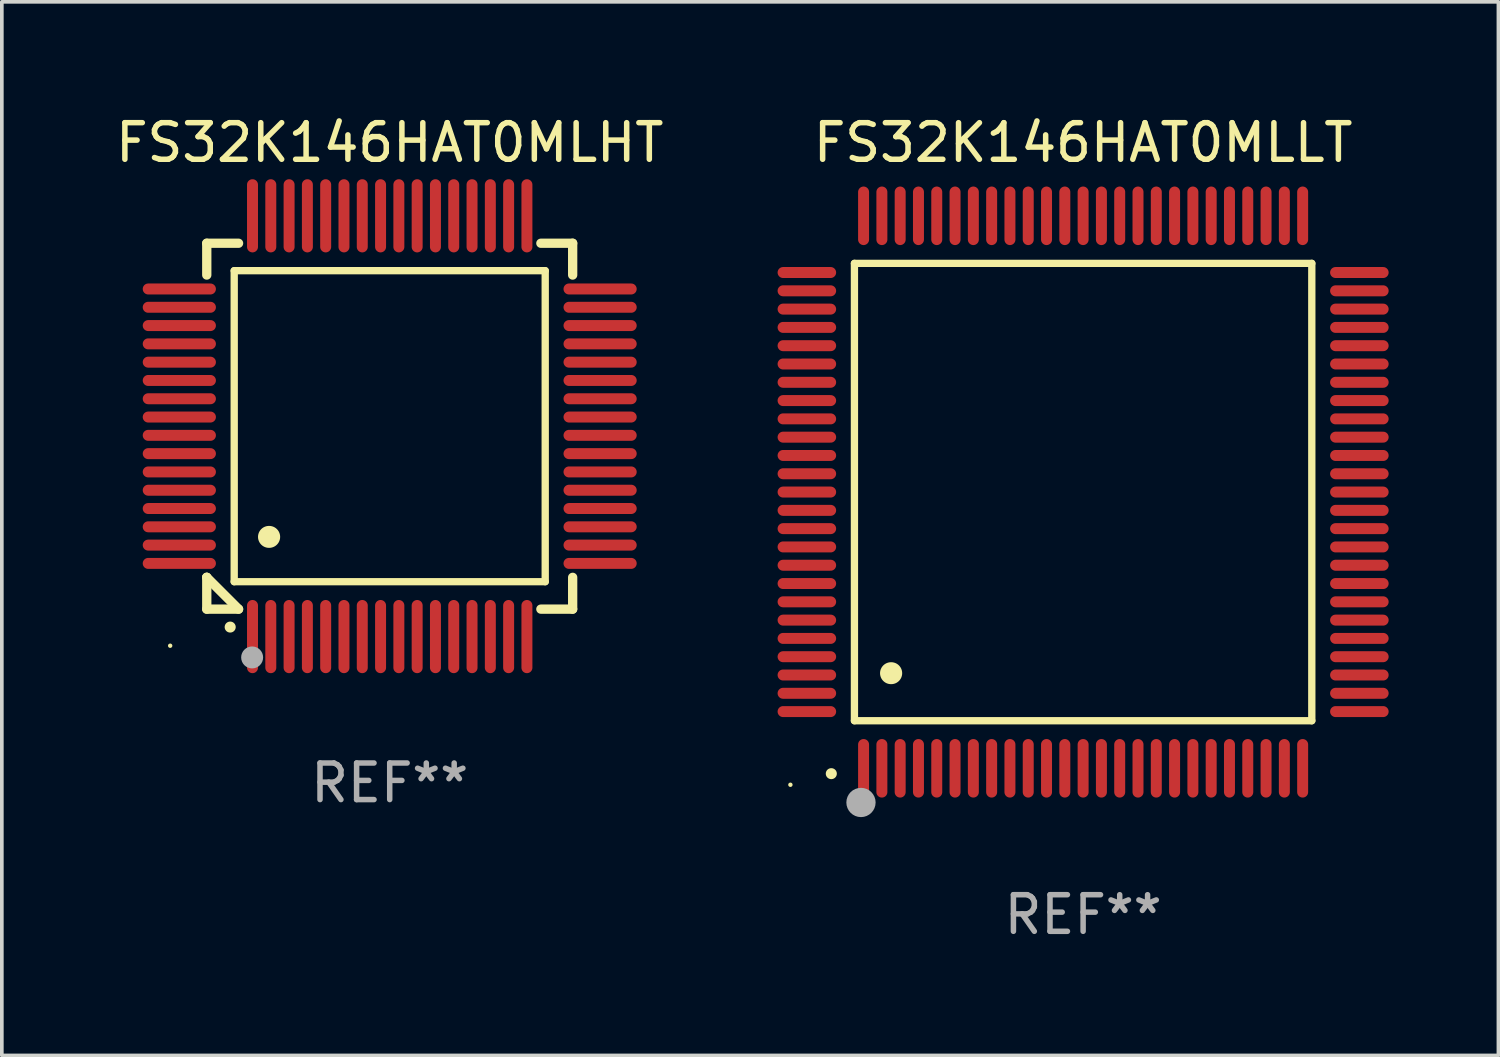
<source format=kicad_pcb>
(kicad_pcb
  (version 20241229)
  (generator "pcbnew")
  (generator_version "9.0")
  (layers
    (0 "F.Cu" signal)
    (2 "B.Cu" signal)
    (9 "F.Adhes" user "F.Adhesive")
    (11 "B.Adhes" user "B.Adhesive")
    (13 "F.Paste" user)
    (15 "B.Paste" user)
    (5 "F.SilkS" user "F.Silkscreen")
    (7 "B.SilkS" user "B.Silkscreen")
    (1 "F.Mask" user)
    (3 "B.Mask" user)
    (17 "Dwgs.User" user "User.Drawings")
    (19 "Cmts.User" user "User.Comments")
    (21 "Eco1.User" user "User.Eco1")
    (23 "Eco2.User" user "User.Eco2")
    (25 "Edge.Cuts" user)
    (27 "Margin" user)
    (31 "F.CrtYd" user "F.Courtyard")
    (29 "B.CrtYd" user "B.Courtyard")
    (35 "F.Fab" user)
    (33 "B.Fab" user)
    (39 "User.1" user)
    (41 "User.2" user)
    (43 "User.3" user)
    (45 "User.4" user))
  (footprint "FS32K146HAT0MLLT"
    (layer "F.Cu")
    (at 26.552 10.398)
    (property "Reference" "FS32K146HAT0MLLT" (at 0 -9.55 0) (layer "F.SilkS") (effects (font (size 1 1) (thickness 0.15))))
    (attr through_hole)
    (fp_line (start -6.25 -6.25) (end -6.25 6.25) (stroke (width 0.2) (type solid)) (layer "F.SilkS"))
    (fp_line (start -6.25 6.25) (end 6.25 6.25) (stroke (width 0.2) (type solid)) (layer "F.SilkS"))
    (fp_line (start 6.25 -6.25) (end -6.25 -6.25) (stroke (width 0.2) (type solid)) (layer "F.SilkS"))
    (fp_line (start 6.25 6.25) (end 6.25 -6.25) (stroke (width 0.2) (type solid)) (layer "F.SilkS"))
    (fp_arc (start -6.883414 7.696215) (mid -6.882144 7.69621) (end -6.880874 7.696215) (stroke (width 0.3) (type solid)) (layer "F.SilkS"))
    (fp_arc (start -5.250191 4.95047) (mid -5.247651 4.950459) (end -5.245111 4.95047) (stroke (width 0.6) (type solid)) (layer "F.SilkS"))
    (fp_circle (center -8 8) (end -7.97 8) (stroke (width 0.06) (type solid)) (fill no) (layer "F.SilkS"))
    (fp_circle (center -6.071 8.484) (end -5.871 8.484) (stroke (width 0.4) (type solid)) (fill no) (layer "F.Fab"))
    (fp_text user "REF**" (at 0 11.55 0) (layer "F.Fab") (effects (font (size 1 1) (thickness 0.15))))
    (pad "1" smd oval (at -6 7.55) (size 0.3 1.6) (layers "F.Cu" "F.Mask" "F.Paste"))
    (pad "2" smd oval (at -5.5 7.55) (size 0.3 1.6) (layers "F.Cu" "F.Mask" "F.Paste"))
    (pad "3" smd oval (at -5 7.55) (size 0.3 1.6) (layers "F.Cu" "F.Mask" "F.Paste"))
    (pad "4" smd oval (at -4.5 7.55) (size 0.3 1.6) (layers "F.Cu" "F.Mask" "F.Paste"))
    (pad "5" smd oval (at -4 7.55) (size 0.3 1.6) (layers "F.Cu" "F.Mask" "F.Paste"))
    (pad "6" smd oval (at -3.5 7.55) (size 0.3 1.6) (layers "F.Cu" "F.Mask" "F.Paste"))
    (pad "7" smd oval (at -3 7.55) (size 0.3 1.6) (layers "F.Cu" "F.Mask" "F.Paste"))
    (pad "8" smd oval (at -2.5 7.55) (size 0.3 1.6) (layers "F.Cu" "F.Mask" "F.Paste"))
    (pad "9" smd oval (at -2 7.55) (size 0.3 1.6) (layers "F.Cu" "F.Mask" "F.Paste"))
    (pad "10" smd oval (at -1.5 7.55) (size 0.3 1.6) (layers "F.Cu" "F.Mask" "F.Paste"))
    (pad "11" smd oval (at -1 7.55) (size 0.3 1.6) (layers "F.Cu" "F.Mask" "F.Paste"))
    (pad "12" smd oval (at -0.5 7.55) (size 0.3 1.6) (layers "F.Cu" "F.Mask" "F.Paste"))
    (pad "13" smd oval (at 0 7.55) (size 0.3 1.6) (layers "F.Cu" "F.Mask" "F.Paste"))
    (pad "14" smd oval (at 0.5 7.55) (size 0.3 1.6) (layers "F.Cu" "F.Mask" "F.Paste"))
    (pad "15" smd oval (at 1 7.55) (size 0.3 1.6) (layers "F.Cu" "F.Mask" "F.Paste"))
    (pad "16" smd oval (at 1.5 7.55) (size 0.3 1.6) (layers "F.Cu" "F.Mask" "F.Paste"))
    (pad "17" smd oval (at 2 7.55) (size 0.3 1.6) (layers "F.Cu" "F.Mask" "F.Paste"))
    (pad "18" smd oval (at 2.5 7.55) (size 0.3 1.6) (layers "F.Cu" "F.Mask" "F.Paste"))
    (pad "19" smd oval (at 3 7.55) (size 0.3 1.6) (layers "F.Cu" "F.Mask" "F.Paste"))
    (pad "20" smd oval (at 3.5 7.55) (size 0.3 1.6) (layers "F.Cu" "F.Mask" "F.Paste"))
    (pad "21" smd oval (at 4 7.55) (size 0.3 1.6) (layers "F.Cu" "F.Mask" "F.Paste"))
    (pad "22" smd oval (at 4.5 7.55) (size 0.3 1.6) (layers "F.Cu" "F.Mask" "F.Paste"))
    (pad "23" smd oval (at 5 7.55) (size 0.3 1.6) (layers "F.Cu" "F.Mask" "F.Paste"))
    (pad "24" smd oval (at 5.5 7.55) (size 0.3 1.6) (layers "F.Cu" "F.Mask" "F.Paste"))
    (pad "25" smd oval (at 6 7.55) (size 0.3 1.6) (layers "F.Cu" "F.Mask" "F.Paste"))
    (pad "26" smd oval (at 7.55 6) (size 1.6 0.3) (layers "F.Cu" "F.Mask" "F.Paste"))
    (pad "27" smd oval (at 7.55 5.5) (size 1.6 0.3) (layers "F.Cu" "F.Mask" "F.Paste"))
    (pad "28" smd oval (at 7.55 5) (size 1.6 0.3) (layers "F.Cu" "F.Mask" "F.Paste"))
    (pad "29" smd oval (at 7.55 4.5) (size 1.6 0.3) (layers "F.Cu" "F.Mask" "F.Paste"))
    (pad "30" smd oval (at 7.55 4) (size 1.6 0.3) (layers "F.Cu" "F.Mask" "F.Paste"))
    (pad "31" smd oval (at 7.55 3.5) (size 1.6 0.3) (layers "F.Cu" "F.Mask" "F.Paste"))
    (pad "32" smd oval (at 7.55 3) (size 1.6 0.3) (layers "F.Cu" "F.Mask" "F.Paste"))
    (pad "33" smd oval (at 7.55 2.5) (size 1.6 0.3) (layers "F.Cu" "F.Mask" "F.Paste"))
    (pad "34" smd oval (at 7.55 2) (size 1.6 0.3) (layers "F.Cu" "F.Mask" "F.Paste"))
    (pad "35" smd oval (at 7.55 1.5) (size 1.6 0.3) (layers "F.Cu" "F.Mask" "F.Paste"))
    (pad "36" smd oval (at 7.55 1) (size 1.6 0.3) (layers "F.Cu" "F.Mask" "F.Paste"))
    (pad "37" smd oval (at 7.55 0.5) (size 1.6 0.3) (layers "F.Cu" "F.Mask" "F.Paste"))
    (pad "38" smd oval (at 7.55 0) (size 1.6 0.3) (layers "F.Cu" "F.Mask" "F.Paste"))
    (pad "39" smd oval (at 7.55 -0.5) (size 1.6 0.3) (layers "F.Cu" "F.Mask" "F.Paste"))
    (pad "40" smd oval (at 7.55 -1) (size 1.6 0.3) (layers "F.Cu" "F.Mask" "F.Paste"))
    (pad "41" smd oval (at 7.55 -1.5) (size 1.6 0.3) (layers "F.Cu" "F.Mask" "F.Paste"))
    (pad "42" smd oval (at 7.55 -2) (size 1.6 0.3) (layers "F.Cu" "F.Mask" "F.Paste"))
    (pad "43" smd oval (at 7.55 -2.5) (size 1.6 0.3) (layers "F.Cu" "F.Mask" "F.Paste"))
    (pad "44" smd oval (at 7.55 -3) (size 1.6 0.3) (layers "F.Cu" "F.Mask" "F.Paste"))
    (pad "45" smd oval (at 7.55 -3.5) (size 1.6 0.3) (layers "F.Cu" "F.Mask" "F.Paste"))
    (pad "46" smd oval (at 7.55 -4) (size 1.6 0.3) (layers "F.Cu" "F.Mask" "F.Paste"))
    (pad "47" smd oval (at 7.55 -4.5) (size 1.6 0.3) (layers "F.Cu" "F.Mask" "F.Paste"))
    (pad "48" smd oval (at 7.55 -5) (size 1.6 0.3) (layers "F.Cu" "F.Mask" "F.Paste"))
    (pad "49" smd oval (at 7.55 -5.5) (size 1.6 0.3) (layers "F.Cu" "F.Mask" "F.Paste"))
    (pad "50" smd oval (at 7.55 -6) (size 1.6 0.3) (layers "F.Cu" "F.Mask" "F.Paste"))
    (pad "51" smd oval (at 6 -7.55) (size 0.3 1.6) (layers "F.Cu" "F.Mask" "F.Paste"))
    (pad "52" smd oval (at 5.5 -7.55) (size 0.3 1.6) (layers "F.Cu" "F.Mask" "F.Paste"))
    (pad "53" smd oval (at 5 -7.55) (size 0.3 1.6) (layers "F.Cu" "F.Mask" "F.Paste"))
    (pad "54" smd oval (at 4.5 -7.55) (size 0.3 1.6) (layers "F.Cu" "F.Mask" "F.Paste"))
    (pad "55" smd oval (at 4 -7.55) (size 0.3 1.6) (layers "F.Cu" "F.Mask" "F.Paste"))
    (pad "56" smd oval (at 3.5 -7.55) (size 0.3 1.6) (layers "F.Cu" "F.Mask" "F.Paste"))
    (pad "57" smd oval (at 3 -7.55) (size 0.3 1.6) (layers "F.Cu" "F.Mask" "F.Paste"))
    (pad "58" smd oval (at 2.5 -7.55) (size 0.3 1.6) (layers "F.Cu" "F.Mask" "F.Paste"))
    (pad "59" smd oval (at 2 -7.55) (size 0.3 1.6) (layers "F.Cu" "F.Mask" "F.Paste"))
    (pad "60" smd oval (at 1.5 -7.55) (size 0.3 1.6) (layers "F.Cu" "F.Mask" "F.Paste"))
    (pad "61" smd oval (at 1 -7.55) (size 0.3 1.6) (layers "F.Cu" "F.Mask" "F.Paste"))
    (pad "62" smd oval (at 0.5 -7.55) (size 0.3 1.6) (layers "F.Cu" "F.Mask" "F.Paste"))
    (pad "63" smd oval (at 0 -7.55) (size 0.3 1.6) (layers "F.Cu" "F.Mask" "F.Paste"))
    (pad "64" smd oval (at -0.5 -7.55) (size 0.3 1.6) (layers "F.Cu" "F.Mask" "F.Paste"))
    (pad "65" smd oval (at -1 -7.55) (size 0.3 1.6) (layers "F.Cu" "F.Mask" "F.Paste"))
    (pad "66" smd oval (at -1.5 -7.55) (size 0.3 1.6) (layers "F.Cu" "F.Mask" "F.Paste"))
    (pad "67" smd oval (at -2 -7.55) (size 0.3 1.6) (layers "F.Cu" "F.Mask" "F.Paste"))
    (pad "68" smd oval (at -2.5 -7.55) (size 0.3 1.6) (layers "F.Cu" "F.Mask" "F.Paste"))
    (pad "69" smd oval (at -3 -7.55) (size 0.3 1.6) (layers "F.Cu" "F.Mask" "F.Paste"))
    (pad "70" smd oval (at -3.5 -7.55) (size 0.3 1.6) (layers "F.Cu" "F.Mask" "F.Paste"))
    (pad "71" smd oval (at -4 -7.55) (size 0.3 1.6) (layers "F.Cu" "F.Mask" "F.Paste"))
    (pad "72" smd oval (at -4.5 -7.55) (size 0.3 1.6) (layers "F.Cu" "F.Mask" "F.Paste"))
    (pad "73" smd oval (at -5 -7.55) (size 0.3 1.6) (layers "F.Cu" "F.Mask" "F.Paste"))
    (pad "74" smd oval (at -5.5 -7.55) (size 0.3 1.6) (layers "F.Cu" "F.Mask" "F.Paste"))
    (pad "75" smd oval (at -6 -7.55) (size 0.3 1.6) (layers "F.Cu" "F.Mask" "F.Paste"))
    (pad "76" smd oval (at -7.55 -6) (size 1.6 0.3) (layers "F.Cu" "F.Mask" "F.Paste"))
    (pad "77" smd oval (at -7.55 -5.5) (size 1.6 0.3) (layers "F.Cu" "F.Mask" "F.Paste"))
    (pad "78" smd oval (at -7.55 -5) (size 1.6 0.3) (layers "F.Cu" "F.Mask" "F.Paste"))
    (pad "79" smd oval (at -7.55 -4.5) (size 1.6 0.3) (layers "F.Cu" "F.Mask" "F.Paste"))
    (pad "80" smd oval (at -7.55 -4) (size 1.6 0.3) (layers "F.Cu" "F.Mask" "F.Paste"))
    (pad "81" smd oval (at -7.55 -3.5) (size 1.6 0.3) (layers "F.Cu" "F.Mask" "F.Paste"))
    (pad "82" smd oval (at -7.55 -3) (size 1.6 0.3) (layers "F.Cu" "F.Mask" "F.Paste"))
    (pad "83" smd oval (at -7.55 -2.5) (size 1.6 0.3) (layers "F.Cu" "F.Mask" "F.Paste"))
    (pad "84" smd oval (at -7.55 -2) (size 1.6 0.3) (layers "F.Cu" "F.Mask" "F.Paste"))
    (pad "85" smd oval (at -7.55 -1.5) (size 1.6 0.3) (layers "F.Cu" "F.Mask" "F.Paste"))
    (pad "86" smd oval (at -7.55 -1) (size 1.6 0.3) (layers "F.Cu" "F.Mask" "F.Paste"))
    (pad "87" smd oval (at -7.55 -0.5) (size 1.6 0.3) (layers "F.Cu" "F.Mask" "F.Paste"))
    (pad "88" smd oval (at -7.55 0) (size 1.6 0.3) (layers "F.Cu" "F.Mask" "F.Paste"))
    (pad "89" smd oval (at -7.55 0.5) (size 1.6 0.3) (layers "F.Cu" "F.Mask" "F.Paste"))
    (pad "90" smd oval (at -7.55 1) (size 1.6 0.3) (layers "F.Cu" "F.Mask" "F.Paste"))
    (pad "91" smd oval (at -7.55 1.5) (size 1.6 0.3) (layers "F.Cu" "F.Mask" "F.Paste"))
    (pad "92" smd oval (at -7.55 2) (size 1.6 0.3) (layers "F.Cu" "F.Mask" "F.Paste"))
    (pad "93" smd oval (at -7.55 2.5) (size 1.6 0.3) (layers "F.Cu" "F.Mask" "F.Paste"))
    (pad "94" smd oval (at -7.55 3) (size 1.6 0.3) (layers "F.Cu" "F.Mask" "F.Paste"))
    (pad "95" smd oval (at -7.55 3.5) (size 1.6 0.3) (layers "F.Cu" "F.Mask" "F.Paste"))
    (pad "96" smd oval (at -7.55 4) (size 1.6 0.3) (layers "F.Cu" "F.Mask" "F.Paste"))
    (pad "97" smd oval (at -7.55 4.5) (size 1.6 0.3) (layers "F.Cu" "F.Mask" "F.Paste"))
    (pad "98" smd oval (at -7.55 5) (size 1.6 0.3) (layers "F.Cu" "F.Mask" "F.Paste"))
    (pad "99" smd oval (at -7.55 5.5) (size 1.6 0.3) (layers "F.Cu" "F.Mask" "F.Paste"))
    (pad "100" smd oval (at -7.55 6) (size 1.6 0.3) (layers "F.Cu" "F.Mask" "F.Paste")))
  (footprint "FS32K146HAT0MLHT"
    (layer "F.Cu")
    (at 7.601 8.598)
    (property "Reference" "FS32K146HAT0MLHT" (at 0 -7.75 0) (layer "F.SilkS") (effects (font (size 1 1) (thickness 0.15))))
    (attr through_hole)
    (fp_line (start -5 -5) (end -4.131 -5) (stroke (width 0.254) (type solid)) (layer "F.SilkS"))
    (fp_line (start -5 -4.131) (end -5 -5) (stroke (width 0.254) (type solid)) (layer "F.SilkS"))
    (fp_line (start -5 4.131) (end -5 4.131) (stroke (width 0.254) (type solid)) (layer "F.SilkS"))
    (fp_line (start -5 5) (end -5 4.131) (stroke (width 0.254) (type solid)) (layer "F.SilkS"))
    (fp_line (start -5 4.131) (end -4.131 5) (stroke (width 0.254) (type solid)) (layer "F.SilkS"))
    (fp_line (start -4.25 -4.25) (end -4.25 4.25) (stroke (width 0.2) (type solid)) (layer "F.SilkS"))
    (fp_line (start -4.25 4.25) (end 4.25 4.25) (stroke (width 0.2) (type solid)) (layer "F.SilkS"))
    (fp_line (start -4.131 5) (end -5 5) (stroke (width 0.254) (type solid)) (layer "F.SilkS"))
    (fp_line (start 4.25 -4.25) (end -4.25 -4.25) (stroke (width 0.2) (type solid)) (layer "F.SilkS"))
    (fp_line (start 4.25 4.25) (end 4.25 -4.25) (stroke (width 0.2) (type solid)) (layer "F.SilkS"))
    (fp_line (start 5 -5) (end 4.131 -5) (stroke (width 0.254) (type solid)) (layer "F.SilkS"))
    (fp_line (start 5 -5) (end 5 -4.131) (stroke (width 0.254) (type solid)) (layer "F.SilkS"))
    (fp_line (start 5 4.131) (end 5 5) (stroke (width 0.254) (type solid)) (layer "F.SilkS"))
    (fp_line (start 5 5) (end 4.131 5) (stroke (width 0.254) (type solid)) (layer "F.SilkS"))
    (fp_arc (start -4.361265 5.489992) (mid -4.359995 5.489987) (end -4.358725 5.489992) (stroke (width 0.3) (type solid)) (layer "F.SilkS"))
    (fp_arc (start -3.299467 3.025146) (mid -3.296927 3.025135) (end -3.294387 3.025146) (stroke (width 0.6) (type solid)) (layer "F.SilkS"))
    (fp_circle (center -6 6) (end -5.97 6) (stroke (width 0.06) (type solid)) (fill no) (layer "F.SilkS"))
    (fp_circle (center -3.76 6.32) (end -3.61 6.32) (stroke (width 0.3) (type solid)) (fill no) (layer "F.Fab"))
    (fp_text user "REF**" (at 0 9.75 0) (layer "F.Fab") (effects (font (size 1 1) (thickness 0.15))))
    (pad "1" smd oval (at -3.75 5.75) (size 0.3 2) (layers "F.Cu" "F.Mask" "F.Paste"))
    (pad "2" smd oval (at -3.25 5.75) (size 0.3 2) (layers "F.Cu" "F.Mask" "F.Paste"))
    (pad "3" smd oval (at -2.75 5.75) (size 0.3 2) (layers "F.Cu" "F.Mask" "F.Paste"))
    (pad "4" smd oval (at -2.25 5.75) (size 0.3 2) (layers "F.Cu" "F.Mask" "F.Paste"))
    (pad "5" smd oval (at -1.75 5.75) (size 0.3 2) (layers "F.Cu" "F.Mask" "F.Paste"))
    (pad "6" smd oval (at -1.25 5.75) (size 0.3 2) (layers "F.Cu" "F.Mask" "F.Paste"))
    (pad "7" smd oval (at -0.75 5.75) (size 0.3 2) (layers "F.Cu" "F.Mask" "F.Paste"))
    (pad "8" smd oval (at -0.25 5.75) (size 0.3 2) (layers "F.Cu" "F.Mask" "F.Paste"))
    (pad "9" smd oval (at 0.25 5.75) (size 0.3 2) (layers "F.Cu" "F.Mask" "F.Paste"))
    (pad "10" smd oval (at 0.75 5.75) (size 0.3 2) (layers "F.Cu" "F.Mask" "F.Paste"))
    (pad "11" smd oval (at 1.25 5.75) (size 0.3 2) (layers "F.Cu" "F.Mask" "F.Paste"))
    (pad "12" smd oval (at 1.75 5.75) (size 0.3 2) (layers "F.Cu" "F.Mask" "F.Paste"))
    (pad "13" smd oval (at 2.25 5.75) (size 0.3 2) (layers "F.Cu" "F.Mask" "F.Paste"))
    (pad "14" smd oval (at 2.75 5.75) (size 0.3 2) (layers "F.Cu" "F.Mask" "F.Paste"))
    (pad "15" smd oval (at 3.25 5.75) (size 0.3 2) (layers "F.Cu" "F.Mask" "F.Paste"))
    (pad "16" smd oval (at 3.75 5.75) (size 0.3 2) (layers "F.Cu" "F.Mask" "F.Paste"))
    (pad "17" smd oval (at 5.75 3.75) (size 2 0.3) (layers "F.Cu" "F.Mask" "F.Paste"))
    (pad "18" smd oval (at 5.75 3.25) (size 2 0.3) (layers "F.Cu" "F.Mask" "F.Paste"))
    (pad "19" smd oval (at 5.75 2.75) (size 2 0.3) (layers "F.Cu" "F.Mask" "F.Paste"))
    (pad "20" smd oval (at 5.75 2.25) (size 2 0.3) (layers "F.Cu" "F.Mask" "F.Paste"))
    (pad "21" smd oval (at 5.75 1.75) (size 2 0.3) (layers "F.Cu" "F.Mask" "F.Paste"))
    (pad "22" smd oval (at 5.75 1.25) (size 2 0.3) (layers "F.Cu" "F.Mask" "F.Paste"))
    (pad "23" smd oval (at 5.75 0.75) (size 2 0.3) (layers "F.Cu" "F.Mask" "F.Paste"))
    (pad "24" smd oval (at 5.75 0.25) (size 2 0.3) (layers "F.Cu" "F.Mask" "F.Paste"))
    (pad "25" smd oval (at 5.75 -0.25) (size 2 0.3) (layers "F.Cu" "F.Mask" "F.Paste"))
    (pad "26" smd oval (at 5.75 -0.75) (size 2 0.3) (layers "F.Cu" "F.Mask" "F.Paste"))
    (pad "27" smd oval (at 5.75 -1.25) (size 2 0.3) (layers "F.Cu" "F.Mask" "F.Paste"))
    (pad "28" smd oval (at 5.75 -1.75) (size 2 0.3) (layers "F.Cu" "F.Mask" "F.Paste"))
    (pad "29" smd oval (at 5.75 -2.25) (size 2 0.3) (layers "F.Cu" "F.Mask" "F.Paste"))
    (pad "30" smd oval (at 5.75 -2.75) (size 2 0.3) (layers "F.Cu" "F.Mask" "F.Paste"))
    (pad "31" smd oval (at 5.75 -3.25) (size 2 0.3) (layers "F.Cu" "F.Mask" "F.Paste"))
    (pad "32" smd oval (at 5.75 -3.75) (size 2 0.3) (layers "F.Cu" "F.Mask" "F.Paste"))
    (pad "33" smd oval (at 3.75 -5.75) (size 0.3 2) (layers "F.Cu" "F.Mask" "F.Paste"))
    (pad "34" smd oval (at 3.25 -5.75) (size 0.3 2) (layers "F.Cu" "F.Mask" "F.Paste"))
    (pad "35" smd oval (at 2.75 -5.75) (size 0.3 2) (layers "F.Cu" "F.Mask" "F.Paste"))
    (pad "36" smd oval (at 2.25 -5.75) (size 0.3 2) (layers "F.Cu" "F.Mask" "F.Paste"))
    (pad "37" smd oval (at 1.75 -5.75) (size 0.3 2) (layers "F.Cu" "F.Mask" "F.Paste"))
    (pad "38" smd oval (at 1.25 -5.75) (size 0.3 2) (layers "F.Cu" "F.Mask" "F.Paste"))
    (pad "39" smd oval (at 0.75 -5.75) (size 0.3 2) (layers "F.Cu" "F.Mask" "F.Paste"))
    (pad "40" smd oval (at 0.25 -5.75) (size 0.3 2) (layers "F.Cu" "F.Mask" "F.Paste"))
    (pad "41" smd oval (at -0.25 -5.75) (size 0.3 2) (layers "F.Cu" "F.Mask" "F.Paste"))
    (pad "42" smd oval (at -0.75 -5.75) (size 0.3 2) (layers "F.Cu" "F.Mask" "F.Paste"))
    (pad "43" smd oval (at -1.25 -5.75) (size 0.3 2) (layers "F.Cu" "F.Mask" "F.Paste"))
    (pad "44" smd oval (at -1.75 -5.75) (size 0.3 2) (layers "F.Cu" "F.Mask" "F.Paste"))
    (pad "45" smd oval (at -2.25 -5.75) (size 0.3 2) (layers "F.Cu" "F.Mask" "F.Paste"))
    (pad "46" smd oval (at -2.75 -5.75) (size 0.3 2) (layers "F.Cu" "F.Mask" "F.Paste"))
    (pad "47" smd oval (at -3.25 -5.75) (size 0.3 2) (layers "F.Cu" "F.Mask" "F.Paste"))
    (pad "48" smd oval (at -3.75 -5.75) (size 0.3 2) (layers "F.Cu" "F.Mask" "F.Paste"))
    (pad "49" smd oval (at -5.75 -3.75) (size 2 0.3) (layers "F.Cu" "F.Mask" "F.Paste"))
    (pad "50" smd oval (at -5.75 -3.25) (size 2 0.3) (layers "F.Cu" "F.Mask" "F.Paste"))
    (pad "51" smd oval (at -5.75 -2.75) (size 2 0.3) (layers "F.Cu" "F.Mask" "F.Paste"))
    (pad "52" smd oval (at -5.75 -2.25) (size 2 0.3) (layers "F.Cu" "F.Mask" "F.Paste"))
    (pad "53" smd oval (at -5.75 -1.75) (size 2 0.3) (layers "F.Cu" "F.Mask" "F.Paste"))
    (pad "54" smd oval (at -5.75 -1.25) (size 2 0.3) (layers "F.Cu" "F.Mask" "F.Paste"))
    (pad "55" smd oval (at -5.75 -0.75) (size 2 0.3) (layers "F.Cu" "F.Mask" "F.Paste"))
    (pad "56" smd oval (at -5.75 -0.25) (size 2 0.3) (layers "F.Cu" "F.Mask" "F.Paste"))
    (pad "57" smd oval (at -5.75 0.25) (size 2 0.3) (layers "F.Cu" "F.Mask" "F.Paste"))
    (pad "58" smd oval (at -5.75 0.75) (size 2 0.3) (layers "F.Cu" "F.Mask" "F.Paste"))
    (pad "59" smd oval (at -5.75 1.25) (size 2 0.3) (layers "F.Cu" "F.Mask" "F.Paste"))
    (pad "60" smd oval (at -5.75 1.75) (size 2 0.3) (layers "F.Cu" "F.Mask" "F.Paste"))
    (pad "61" smd oval (at -5.75 2.25) (size 2 0.3) (layers "F.Cu" "F.Mask" "F.Paste"))
    (pad "62" smd oval (at -5.75 2.75) (size 2 0.3) (layers "F.Cu" "F.Mask" "F.Paste"))
    (pad "63" smd oval (at -5.75 3.25) (size 2 0.3) (layers "F.Cu" "F.Mask" "F.Paste"))
    (pad "64" smd oval (at -5.75 3.75) (size 2 0.3) (layers "F.Cu" "F.Mask" "F.Paste")))
  (gr_rect
    (start -3 -3)
    (end 37.902 25.796)
    (stroke (width 0.1) (type default))
    (fill no)
    (layer "Edge.Cuts")))
</source>
